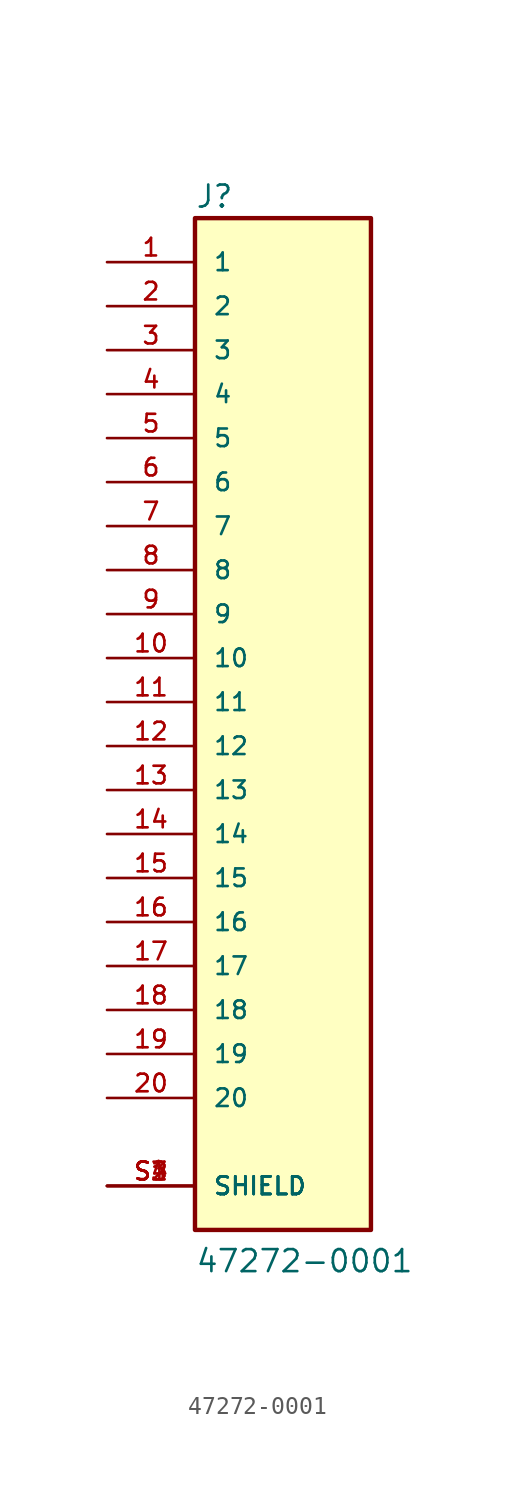
<source format=kicad_sym>
(kicad_symbol_lib
  (version 20211014)
  (generator kicad_symbol_editor)
  (symbol "47272-0001"
    (pin_names
      (offset 1.016))
    (property "Reference" "J"
      (at -5.08 28.448 0)
      (effects (font (size 1.27 1.27)) (justify left bottom)))
    (property "Value" "47272-0001"
      (at -5.08 -33.02 0)
      (effects (font (size 1.27 1.27)) (justify left bottom)))
    (property "ki_locked" ""
      (at 0 0 0)
      (effects (font (size 1.27 1.27))))
    (symbol "47272-0001_0_0"
      (rectangle (start -5.08 -30.48) (end 5.08 27.94) (stroke (width 0.254) (type default) (color 0 0 0 0)) (fill (type background)))
      (pin passive line (at -10.16 25.4 0) (length 5.08) (name "1" (effects (font (size 1.016 1.016)))) (number "1" (effects (font (size 1.016 1.016)))))
      (pin passive line (at -10.16 2.54 0) (length 5.08) (name "10" (effects (font (size 1.016 1.016)))) (number "10" (effects (font (size 1.016 1.016)))))
      (pin passive line (at -10.16 0 0) (length 5.08) (name "11" (effects (font (size 1.016 1.016)))) (number "11" (effects (font (size 1.016 1.016)))))
      (pin passive line (at -10.16 -2.54 0) (length 5.08) (name "12" (effects (font (size 1.016 1.016)))) (number "12" (effects (font (size 1.016 1.016)))))
      (pin passive line (at -10.16 -5.08 0) (length 5.08) (name "13" (effects (font (size 1.016 1.016)))) (number "13" (effects (font (size 1.016 1.016)))))
      (pin passive line (at -10.16 -7.62 0) (length 5.08) (name "14" (effects (font (size 1.016 1.016)))) (number "14" (effects (font (size 1.016 1.016)))))
      (pin passive line (at -10.16 -10.16 0) (length 5.08) (name "15" (effects (font (size 1.016 1.016)))) (number "15" (effects (font (size 1.016 1.016)))))
      (pin passive line (at -10.16 -12.7 0) (length 5.08) (name "16" (effects (font (size 1.016 1.016)))) (number "16" (effects (font (size 1.016 1.016)))))
      (pin passive line (at -10.16 -15.24 0) (length 5.08) (name "17" (effects (font (size 1.016 1.016)))) (number "17" (effects (font (size 1.016 1.016)))))
      (pin passive line (at -10.16 -17.78 0) (length 5.08) (name "18" (effects (font (size 1.016 1.016)))) (number "18" (effects (font (size 1.016 1.016)))))
      (pin passive line (at -10.16 -20.32 0) (length 5.08) (name "19" (effects (font (size 1.016 1.016)))) (number "19" (effects (font (size 1.016 1.016)))))
      (pin passive line (at -10.16 22.86 0) (length 5.08) (name "2" (effects (font (size 1.016 1.016)))) (number "2" (effects (font (size 1.016 1.016)))))
      (pin passive line (at -10.16 -22.86 0) (length 5.08) (name "20" (effects (font (size 1.016 1.016)))) (number "20" (effects (font (size 1.016 1.016)))))
      (pin passive line (at -10.16 20.32 0) (length 5.08) (name "3" (effects (font (size 1.016 1.016)))) (number "3" (effects (font (size 1.016 1.016)))))
      (pin passive line (at -10.16 17.78 0) (length 5.08) (name "4" (effects (font (size 1.016 1.016)))) (number "4" (effects (font (size 1.016 1.016)))))
      (pin passive line (at -10.16 15.24 0) (length 5.08) (name "5" (effects (font (size 1.016 1.016)))) (number "5" (effects (font (size 1.016 1.016)))))
      (pin passive line (at -10.16 12.7 0) (length 5.08) (name "6" (effects (font (size 1.016 1.016)))) (number "6" (effects (font (size 1.016 1.016)))))
      (pin passive line (at -10.16 10.16 0) (length 5.08) (name "7" (effects (font (size 1.016 1.016)))) (number "7" (effects (font (size 1.016 1.016)))))
      (pin passive line (at -10.16 7.62 0) (length 5.08) (name "8" (effects (font (size 1.016 1.016)))) (number "8" (effects (font (size 1.016 1.016)))))
      (pin passive line (at -10.16 5.08 0) (length 5.08) (name "9" (effects (font (size 1.016 1.016)))) (number "9" (effects (font (size 1.016 1.016)))))
      (pin passive line (at -10.16 -27.94 0) (length 5.08) (name "SHIELD" (effects (font (size 1.016 1.016)))) (number "S1" (effects (font (size 1.016 1.016)))))
      (pin passive line (at -10.16 -27.94 0) (length 5.08) (name "SHIELD" (effects (font (size 1.016 1.016)))) (number "S2" (effects (font (size 1.016 1.016)))))
      (pin passive line (at -10.16 -27.94 0) (length 5.08) (name "SHIELD" (effects (font (size 1.016 1.016)))) (number "S3" (effects (font (size 1.016 1.016)))))
      (pin passive line (at -10.16 -27.94 0) (length 5.08) (name "SHIELD" (effects (font (size 1.016 1.016)))) (number "S4" (effects (font (size 1.016 1.016))))))))
</source>
